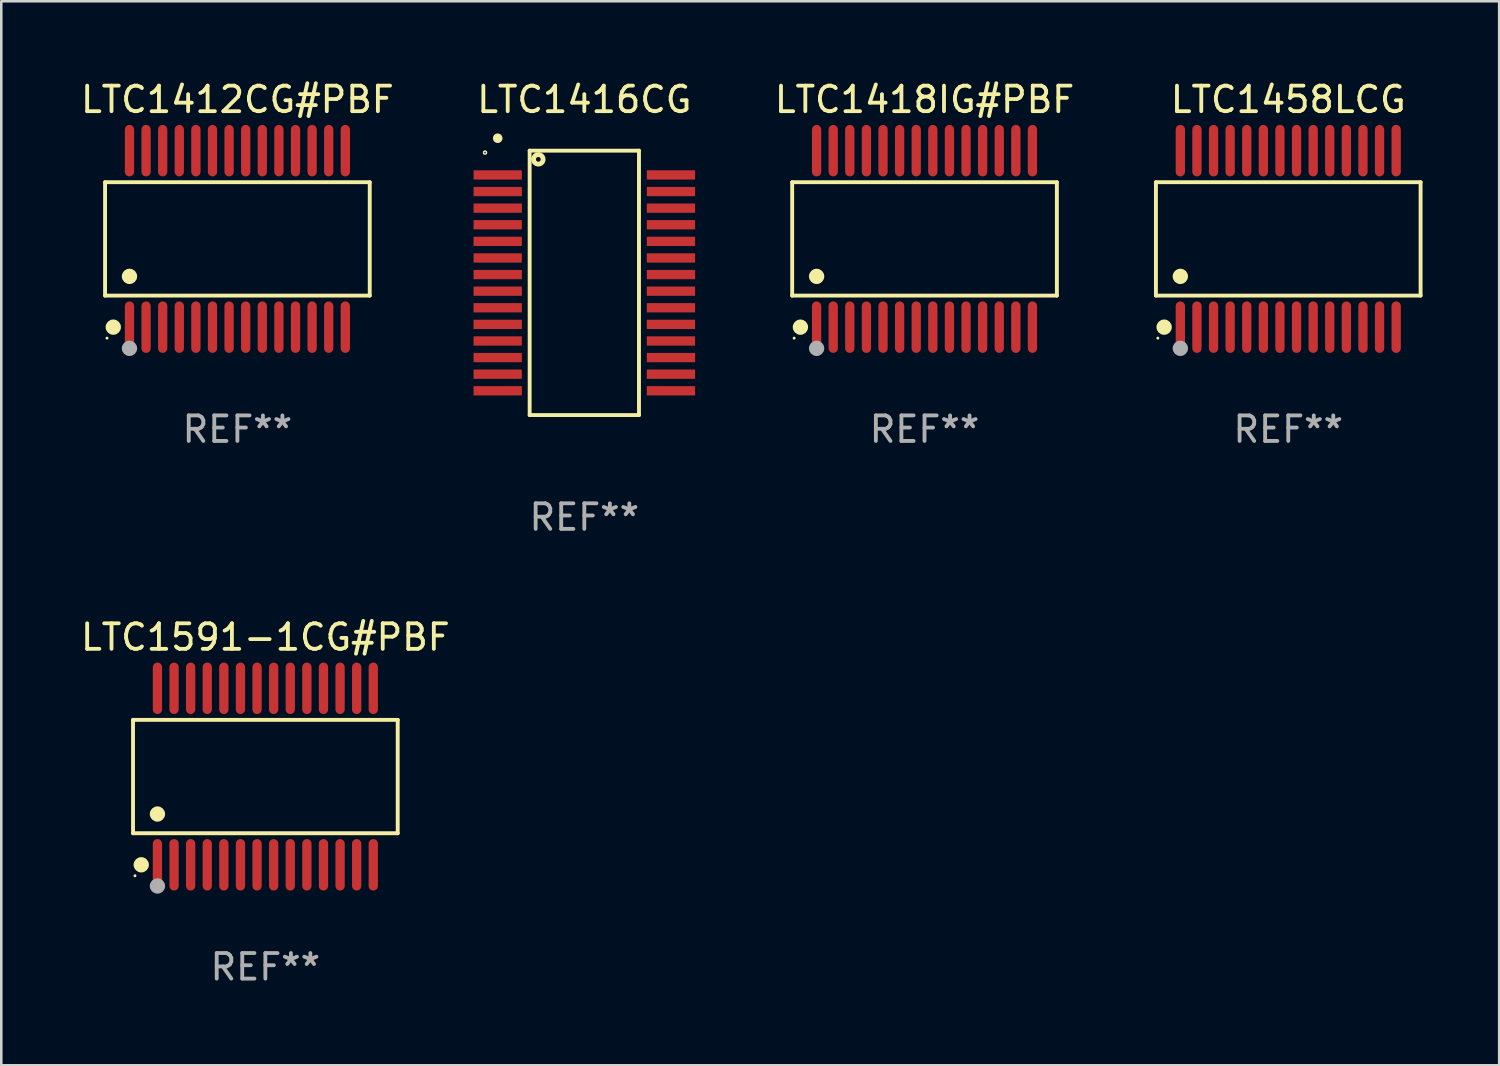
<source format=kicad_pcb>
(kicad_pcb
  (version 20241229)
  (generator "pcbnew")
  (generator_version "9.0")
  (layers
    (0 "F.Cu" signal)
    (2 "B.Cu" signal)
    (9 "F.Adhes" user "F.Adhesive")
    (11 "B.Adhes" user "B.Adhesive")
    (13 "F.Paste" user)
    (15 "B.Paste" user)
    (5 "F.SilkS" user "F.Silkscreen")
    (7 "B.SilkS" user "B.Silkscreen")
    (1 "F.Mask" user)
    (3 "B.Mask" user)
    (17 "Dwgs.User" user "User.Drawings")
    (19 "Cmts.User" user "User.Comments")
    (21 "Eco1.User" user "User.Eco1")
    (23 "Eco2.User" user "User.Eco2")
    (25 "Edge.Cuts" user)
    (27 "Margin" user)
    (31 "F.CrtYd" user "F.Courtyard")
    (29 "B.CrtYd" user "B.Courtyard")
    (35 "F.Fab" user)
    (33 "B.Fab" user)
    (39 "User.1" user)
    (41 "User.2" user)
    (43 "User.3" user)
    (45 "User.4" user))
  (footprint "LTC1458LCG"
    (layer "F.Cu")
    (at 47.385 6.303)
    (property "Reference" "LTC1458LCG" (at 0 -5.455 0) (layer "F.SilkS") (effects (font (size 1 1) (thickness 0.15))))
    (attr through_hole)
    (fp_line (start -5.181 -2.219) (end 5.181 -2.219) (stroke (width 0.152) (type solid)) (layer "F.SilkS"))
    (fp_line (start -5.181 2.219) (end -5.181 -2.219) (stroke (width 0.152) (type solid)) (layer "F.SilkS"))
    (fp_line (start 5.181 -2.219) (end 5.181 2.219) (stroke (width 0.152) (type solid)) (layer "F.SilkS"))
    (fp_line (start 5.181 2.219) (end -5.181 2.219) (stroke (width 0.152) (type solid)) (layer "F.SilkS"))
    (fp_circle (center -5.105 3.885) (end -5.075 3.885) (stroke (width 0.06) (type solid)) (fill no) (layer "F.SilkS"))
    (fp_circle (center -4.859 3.455) (end -4.709 3.455) (stroke (width 0.3) (type solid)) (fill no) (layer "F.SilkS"))
    (fp_circle (center -4.225 1.467) (end -4.075 1.467) (stroke (width 0.3) (type solid)) (fill no) (layer "F.SilkS"))
    (fp_circle (center -4.225 4.285) (end -4.075 4.285) (stroke (width 0.3) (type solid)) (fill no) (layer "F.Fab"))
    (fp_text user "REF**" (at 0 7.455 0) (layer "F.Fab") (effects (font (size 1 1) (thickness 0.15))))
    (pad "1" smd oval (at -4.225 3.455) (size 0.364 2.015) (layers "F.Cu" "F.Mask" "F.Paste"))
    (pad "2" smd oval (at -3.575 3.455) (size 0.364 2.015) (layers "F.Cu" "F.Mask" "F.Paste"))
    (pad "3" smd oval (at -2.925 3.455) (size 0.364 2.015) (layers "F.Cu" "F.Mask" "F.Paste"))
    (pad "4" smd oval (at -2.275 3.455) (size 0.364 2.015) (layers "F.Cu" "F.Mask" "F.Paste"))
    (pad "5" smd oval (at -1.625 3.455) (size 0.364 2.015) (layers "F.Cu" "F.Mask" "F.Paste"))
    (pad "6" smd oval (at -0.975 3.455) (size 0.364 2.015) (layers "F.Cu" "F.Mask" "F.Paste"))
    (pad "7" smd oval (at -0.325 3.455) (size 0.364 2.015) (layers "F.Cu" "F.Mask" "F.Paste"))
    (pad "8" smd oval (at 0.325 3.455) (size 0.364 2.015) (layers "F.Cu" "F.Mask" "F.Paste"))
    (pad "9" smd oval (at 0.975 3.455) (size 0.364 2.015) (layers "F.Cu" "F.Mask" "F.Paste"))
    (pad "10" smd oval (at 1.625 3.455) (size 0.364 2.015) (layers "F.Cu" "F.Mask" "F.Paste"))
    (pad "11" smd oval (at 2.275 3.455) (size 0.364 2.015) (layers "F.Cu" "F.Mask" "F.Paste"))
    (pad "12" smd oval (at 2.925 3.455) (size 0.364 2.015) (layers "F.Cu" "F.Mask" "F.Paste"))
    (pad "13" smd oval (at 3.575 3.455) (size 0.364 2.015) (layers "F.Cu" "F.Mask" "F.Paste"))
    (pad "14" smd oval (at 4.225 3.455) (size 0.364 2.015) (layers "F.Cu" "F.Mask" "F.Paste"))
    (pad "15" smd oval (at 4.225 -3.455) (size 0.364 2.015) (layers "F.Cu" "F.Mask" "F.Paste"))
    (pad "16" smd oval (at 3.575 -3.455) (size 0.364 2.015) (layers "F.Cu" "F.Mask" "F.Paste"))
    (pad "17" smd oval (at 2.925 -3.455) (size 0.364 2.015) (layers "F.Cu" "F.Mask" "F.Paste"))
    (pad "18" smd oval (at 2.275 -3.455) (size 0.364 2.015) (layers "F.Cu" "F.Mask" "F.Paste"))
    (pad "19" smd oval (at 1.625 -3.455) (size 0.364 2.015) (layers "F.Cu" "F.Mask" "F.Paste"))
    (pad "20" smd oval (at 0.975 -3.455) (size 0.364 2.015) (layers "F.Cu" "F.Mask" "F.Paste"))
    (pad "21" smd oval (at 0.325 -3.455) (size 0.364 2.015) (layers "F.Cu" "F.Mask" "F.Paste"))
    (pad "22" smd oval (at -0.325 -3.455) (size 0.364 2.015) (layers "F.Cu" "F.Mask" "F.Paste"))
    (pad "23" smd oval (at -0.975 -3.455) (size 0.364 2.015) (layers "F.Cu" "F.Mask" "F.Paste"))
    (pad "24" smd oval (at -1.625 -3.455) (size 0.364 2.015) (layers "F.Cu" "F.Mask" "F.Paste"))
    (pad "25" smd oval (at -2.275 -3.455) (size 0.364 2.015) (layers "F.Cu" "F.Mask" "F.Paste"))
    (pad "26" smd oval (at -2.925 -3.455) (size 0.364 2.015) (layers "F.Cu" "F.Mask" "F.Paste"))
    (pad "27" smd oval (at -3.575 -3.455) (size 0.364 2.015) (layers "F.Cu" "F.Mask" "F.Paste"))
    (pad "28" smd oval (at -4.225 -3.455) (size 0.364 2.015) (layers "F.Cu" "F.Mask" "F.Paste")))
  (footprint "LTC1416CG"
    (layer "F.Cu")
    (at 19.826 8.024)
    (property "Reference" "LTC1416CG" (at 0 -7.176 0) (layer "F.SilkS") (effects (font (size 1 1) (thickness 0.15))))
    (attr through_hole)
    (fp_line (start -2.14 -5.176) (end 2.14 -5.176) (stroke (width 0.152) (type solid)) (layer "F.SilkS"))
    (fp_line (start -2.14 5.176) (end -2.14 -5.176) (stroke (width 0.152) (type solid)) (layer "F.SilkS"))
    (fp_line (start 2.14 -5.176) (end 2.14 5.176) (stroke (width 0.152) (type solid)) (layer "F.SilkS"))
    (fp_line (start 2.14 5.176) (end -2.14 5.176) (stroke (width 0.152) (type solid)) (layer "F.SilkS"))
    (fp_circle (center -3.887 -5.1) (end -3.858 -5.1) (stroke (width 0.06) (type solid)) (fill no) (layer "F.SilkS"))
    (fp_circle (center -3.391 -5.662) (end -3.297 -5.662) (stroke (width 0.188) (type solid)) (fill no) (layer "F.SilkS"))
    (fp_circle (center -1.8 -4.836) (end -1.707 -4.836) (stroke (width 0.188) (type solid)) (fill no) (layer "F.SilkS"))
    (fp_text user "REF**" (at 0 9.176 0) (layer "F.Fab") (effects (font (size 1 1) (thickness 0.15))))
    (pad "1" smd rect (at -3.391 -4.225) (size 1.892 0.364) (layers "F.Cu" "F.Mask" "F.Paste"))
    (pad "2" smd rect (at -3.391 -3.575) (size 1.892 0.364) (layers "F.Cu" "F.Mask" "F.Paste"))
    (pad "3" smd rect (at -3.391 -2.925) (size 1.892 0.364) (layers "F.Cu" "F.Mask" "F.Paste"))
    (pad "4" smd rect (at -3.391 -2.275) (size 1.892 0.364) (layers "F.Cu" "F.Mask" "F.Paste"))
    (pad "5" smd rect (at -3.391 -1.625) (size 1.892 0.364) (layers "F.Cu" "F.Mask" "F.Paste"))
    (pad "6" smd rect (at -3.391 -0.975) (size 1.892 0.364) (layers "F.Cu" "F.Mask" "F.Paste"))
    (pad "7" smd rect (at -3.391 -0.325) (size 1.892 0.364) (layers "F.Cu" "F.Mask" "F.Paste"))
    (pad "8" smd rect (at -3.391 0.325) (size 1.892 0.364) (layers "F.Cu" "F.Mask" "F.Paste"))
    (pad "9" smd rect (at -3.391 0.975) (size 1.892 0.364) (layers "F.Cu" "F.Mask" "F.Paste"))
    (pad "10" smd rect (at -3.391 1.625) (size 1.892 0.364) (layers "F.Cu" "F.Mask" "F.Paste"))
    (pad "11" smd rect (at -3.391 2.275) (size 1.892 0.364) (layers "F.Cu" "F.Mask" "F.Paste"))
    (pad "12" smd rect (at -3.391 2.925) (size 1.892 0.364) (layers "F.Cu" "F.Mask" "F.Paste"))
    (pad "13" smd rect (at -3.391 3.575) (size 1.892 0.364) (layers "F.Cu" "F.Mask" "F.Paste"))
    (pad "14" smd rect (at -3.391 4.225) (size 1.892 0.364) (layers "F.Cu" "F.Mask" "F.Paste"))
    (pad "15" smd rect (at 3.391 4.225) (size 1.892 0.364) (layers "F.Cu" "F.Mask" "F.Paste"))
    (pad "16" smd rect (at 3.391 3.575) (size 1.892 0.364) (layers "F.Cu" "F.Mask" "F.Paste"))
    (pad "17" smd rect (at 3.391 2.925) (size 1.892 0.364) (layers "F.Cu" "F.Mask" "F.Paste"))
    (pad "18" smd rect (at 3.391 2.275) (size 1.892 0.364) (layers "F.Cu" "F.Mask" "F.Paste"))
    (pad "19" smd rect (at 3.391 1.625) (size 1.892 0.364) (layers "F.Cu" "F.Mask" "F.Paste"))
    (pad "20" smd rect (at 3.391 0.975) (size 1.892 0.364) (layers "F.Cu" "F.Mask" "F.Paste"))
    (pad "21" smd rect (at 3.391 0.325) (size 1.892 0.364) (layers "F.Cu" "F.Mask" "F.Paste"))
    (pad "22" smd rect (at 3.391 -0.325) (size 1.892 0.364) (layers "F.Cu" "F.Mask" "F.Paste"))
    (pad "23" smd rect (at 3.391 -0.975) (size 1.892 0.364) (layers "F.Cu" "F.Mask" "F.Paste"))
    (pad "24" smd rect (at 3.391 -1.625) (size 1.892 0.364) (layers "F.Cu" "F.Mask" "F.Paste"))
    (pad "25" smd rect (at 3.391 -2.275) (size 1.892 0.364) (layers "F.Cu" "F.Mask" "F.Paste"))
    (pad "26" smd rect (at 3.391 -2.925) (size 1.892 0.364) (layers "F.Cu" "F.Mask" "F.Paste"))
    (pad "27" smd rect (at 3.391 -3.575) (size 1.892 0.364) (layers "F.Cu" "F.Mask" "F.Paste"))
    (pad "28" smd rect (at 3.391 -4.225) (size 1.892 0.364) (layers "F.Cu" "F.Mask" "F.Paste")))
  (footprint "LTC1418IG#PBF"
    (layer "F.Cu")
    (at 33.145 6.303)
    (property "Reference" "LTC1418IG#PBF" (at 0 -5.455 0) (layer "F.SilkS") (effects (font (size 1 1) (thickness 0.15))))
    (attr through_hole)
    (fp_line (start -5.181 -2.219) (end 5.181 -2.219) (stroke (width 0.152) (type solid)) (layer "F.SilkS"))
    (fp_line (start -5.181 2.219) (end -5.181 -2.219) (stroke (width 0.152) (type solid)) (layer "F.SilkS"))
    (fp_line (start 5.181 -2.219) (end 5.181 2.219) (stroke (width 0.152) (type solid)) (layer "F.SilkS"))
    (fp_line (start 5.181 2.219) (end -5.181 2.219) (stroke (width 0.152) (type solid)) (layer "F.SilkS"))
    (fp_circle (center -5.105 3.885) (end -5.075 3.885) (stroke (width 0.06) (type solid)) (fill no) (layer "F.SilkS"))
    (fp_circle (center -4.859 3.455) (end -4.709 3.455) (stroke (width 0.3) (type solid)) (fill no) (layer "F.SilkS"))
    (fp_circle (center -4.225 1.467) (end -4.075 1.467) (stroke (width 0.3) (type solid)) (fill no) (layer "F.SilkS"))
    (fp_circle (center -4.225 4.285) (end -4.075 4.285) (stroke (width 0.3) (type solid)) (fill no) (layer "F.Fab"))
    (fp_text user "REF**" (at 0 7.455 0) (layer "F.Fab") (effects (font (size 1 1) (thickness 0.15))))
    (pad "1" smd oval (at -4.225 3.455) (size 0.364 2.015) (layers "F.Cu" "F.Mask" "F.Paste"))
    (pad "2" smd oval (at -3.575 3.455) (size 0.364 2.015) (layers "F.Cu" "F.Mask" "F.Paste"))
    (pad "3" smd oval (at -2.925 3.455) (size 0.364 2.015) (layers "F.Cu" "F.Mask" "F.Paste"))
    (pad "4" smd oval (at -2.275 3.455) (size 0.364 2.015) (layers "F.Cu" "F.Mask" "F.Paste"))
    (pad "5" smd oval (at -1.625 3.455) (size 0.364 2.015) (layers "F.Cu" "F.Mask" "F.Paste"))
    (pad "6" smd oval (at -0.975 3.455) (size 0.364 2.015) (layers "F.Cu" "F.Mask" "F.Paste"))
    (pad "7" smd oval (at -0.325 3.455) (size 0.364 2.015) (layers "F.Cu" "F.Mask" "F.Paste"))
    (pad "8" smd oval (at 0.325 3.455) (size 0.364 2.015) (layers "F.Cu" "F.Mask" "F.Paste"))
    (pad "9" smd oval (at 0.975 3.455) (size 0.364 2.015) (layers "F.Cu" "F.Mask" "F.Paste"))
    (pad "10" smd oval (at 1.625 3.455) (size 0.364 2.015) (layers "F.Cu" "F.Mask" "F.Paste"))
    (pad "11" smd oval (at 2.275 3.455) (size 0.364 2.015) (layers "F.Cu" "F.Mask" "F.Paste"))
    (pad "12" smd oval (at 2.925 3.455) (size 0.364 2.015) (layers "F.Cu" "F.Mask" "F.Paste"))
    (pad "13" smd oval (at 3.575 3.455) (size 0.364 2.015) (layers "F.Cu" "F.Mask" "F.Paste"))
    (pad "14" smd oval (at 4.225 3.455) (size 0.364 2.015) (layers "F.Cu" "F.Mask" "F.Paste"))
    (pad "15" smd oval (at 4.225 -3.455) (size 0.364 2.015) (layers "F.Cu" "F.Mask" "F.Paste"))
    (pad "16" smd oval (at 3.575 -3.455) (size 0.364 2.015) (layers "F.Cu" "F.Mask" "F.Paste"))
    (pad "17" smd oval (at 2.925 -3.455) (size 0.364 2.015) (layers "F.Cu" "F.Mask" "F.Paste"))
    (pad "18" smd oval (at 2.275 -3.455) (size 0.364 2.015) (layers "F.Cu" "F.Mask" "F.Paste"))
    (pad "19" smd oval (at 1.625 -3.455) (size 0.364 2.015) (layers "F.Cu" "F.Mask" "F.Paste"))
    (pad "20" smd oval (at 0.975 -3.455) (size 0.364 2.015) (layers "F.Cu" "F.Mask" "F.Paste"))
    (pad "21" smd oval (at 0.325 -3.455) (size 0.364 2.015) (layers "F.Cu" "F.Mask" "F.Paste"))
    (pad "22" smd oval (at -0.325 -3.455) (size 0.364 2.015) (layers "F.Cu" "F.Mask" "F.Paste"))
    (pad "23" smd oval (at -0.975 -3.455) (size 0.364 2.015) (layers "F.Cu" "F.Mask" "F.Paste"))
    (pad "24" smd oval (at -1.625 -3.455) (size 0.364 2.015) (layers "F.Cu" "F.Mask" "F.Paste"))
    (pad "25" smd oval (at -2.275 -3.455) (size 0.364 2.015) (layers "F.Cu" "F.Mask" "F.Paste"))
    (pad "26" smd oval (at -2.925 -3.455) (size 0.364 2.015) (layers "F.Cu" "F.Mask" "F.Paste"))
    (pad "27" smd oval (at -3.575 -3.455) (size 0.364 2.015) (layers "F.Cu" "F.Mask" "F.Paste"))
    (pad "28" smd oval (at -4.225 -3.455) (size 0.364 2.015) (layers "F.Cu" "F.Mask" "F.Paste")))
  (footprint "LTC1412CG#PBF"
    (layer "F.Cu")
    (at 6.244 6.303)
    (property "Reference" "LTC1412CG#PBF" (at 0 -5.455 0) (layer "F.SilkS") (effects (font (size 1 1) (thickness 0.15))))
    (attr through_hole)
    (fp_line (start -5.181 -2.219) (end 5.181 -2.219) (stroke (width 0.152) (type solid)) (layer "F.SilkS"))
    (fp_line (start -5.181 2.219) (end -5.181 -2.219) (stroke (width 0.152) (type solid)) (layer "F.SilkS"))
    (fp_line (start 5.181 -2.219) (end 5.181 2.219) (stroke (width 0.152) (type solid)) (layer "F.SilkS"))
    (fp_line (start 5.181 2.219) (end -5.181 2.219) (stroke (width 0.152) (type solid)) (layer "F.SilkS"))
    (fp_circle (center -5.105 3.885) (end -5.075 3.885) (stroke (width 0.06) (type solid)) (fill no) (layer "F.SilkS"))
    (fp_circle (center -4.859 3.455) (end -4.709 3.455) (stroke (width 0.3) (type solid)) (fill no) (layer "F.SilkS"))
    (fp_circle (center -4.225 1.467) (end -4.075 1.467) (stroke (width 0.3) (type solid)) (fill no) (layer "F.SilkS"))
    (fp_circle (center -4.225 4.285) (end -4.075 4.285) (stroke (width 0.3) (type solid)) (fill no) (layer "F.Fab"))
    (fp_text user "REF**" (at 0 7.455 0) (layer "F.Fab") (effects (font (size 1 1) (thickness 0.15))))
    (pad "1" smd oval (at -4.225 3.455) (size 0.364 2.015) (layers "F.Cu" "F.Mask" "F.Paste"))
    (pad "2" smd oval (at -3.575 3.455) (size 0.364 2.015) (layers "F.Cu" "F.Mask" "F.Paste"))
    (pad "3" smd oval (at -2.925 3.455) (size 0.364 2.015) (layers "F.Cu" "F.Mask" "F.Paste"))
    (pad "4" smd oval (at -2.275 3.455) (size 0.364 2.015) (layers "F.Cu" "F.Mask" "F.Paste"))
    (pad "5" smd oval (at -1.625 3.455) (size 0.364 2.015) (layers "F.Cu" "F.Mask" "F.Paste"))
    (pad "6" smd oval (at -0.975 3.455) (size 0.364 2.015) (layers "F.Cu" "F.Mask" "F.Paste"))
    (pad "7" smd oval (at -0.325 3.455) (size 0.364 2.015) (layers "F.Cu" "F.Mask" "F.Paste"))
    (pad "8" smd oval (at 0.325 3.455) (size 0.364 2.015) (layers "F.Cu" "F.Mask" "F.Paste"))
    (pad "9" smd oval (at 0.975 3.455) (size 0.364 2.015) (layers "F.Cu" "F.Mask" "F.Paste"))
    (pad "10" smd oval (at 1.625 3.455) (size 0.364 2.015) (layers "F.Cu" "F.Mask" "F.Paste"))
    (pad "11" smd oval (at 2.275 3.455) (size 0.364 2.015) (layers "F.Cu" "F.Mask" "F.Paste"))
    (pad "12" smd oval (at 2.925 3.455) (size 0.364 2.015) (layers "F.Cu" "F.Mask" "F.Paste"))
    (pad "13" smd oval (at 3.575 3.455) (size 0.364 2.015) (layers "F.Cu" "F.Mask" "F.Paste"))
    (pad "14" smd oval (at 4.225 3.455) (size 0.364 2.015) (layers "F.Cu" "F.Mask" "F.Paste"))
    (pad "15" smd oval (at 4.225 -3.455) (size 0.364 2.015) (layers "F.Cu" "F.Mask" "F.Paste"))
    (pad "16" smd oval (at 3.575 -3.455) (size 0.364 2.015) (layers "F.Cu" "F.Mask" "F.Paste"))
    (pad "17" smd oval (at 2.925 -3.455) (size 0.364 2.015) (layers "F.Cu" "F.Mask" "F.Paste"))
    (pad "18" smd oval (at 2.275 -3.455) (size 0.364 2.015) (layers "F.Cu" "F.Mask" "F.Paste"))
    (pad "19" smd oval (at 1.625 -3.455) (size 0.364 2.015) (layers "F.Cu" "F.Mask" "F.Paste"))
    (pad "20" smd oval (at 0.975 -3.455) (size 0.364 2.015) (layers "F.Cu" "F.Mask" "F.Paste"))
    (pad "21" smd oval (at 0.325 -3.455) (size 0.364 2.015) (layers "F.Cu" "F.Mask" "F.Paste"))
    (pad "22" smd oval (at -0.325 -3.455) (size 0.364 2.015) (layers "F.Cu" "F.Mask" "F.Paste"))
    (pad "23" smd oval (at -0.975 -3.455) (size 0.364 2.015) (layers "F.Cu" "F.Mask" "F.Paste"))
    (pad "24" smd oval (at -1.625 -3.455) (size 0.364 2.015) (layers "F.Cu" "F.Mask" "F.Paste"))
    (pad "25" smd oval (at -2.275 -3.455) (size 0.364 2.015) (layers "F.Cu" "F.Mask" "F.Paste"))
    (pad "26" smd oval (at -2.925 -3.455) (size 0.364 2.015) (layers "F.Cu" "F.Mask" "F.Paste"))
    (pad "27" smd oval (at -3.575 -3.455) (size 0.364 2.015) (layers "F.Cu" "F.Mask" "F.Paste"))
    (pad "28" smd oval (at -4.225 -3.455) (size 0.364 2.015) (layers "F.Cu" "F.Mask" "F.Paste")))
  (footprint "LTC1591-1CG#PBF"
    (layer "F.Cu")
    (at 7.339 27.352)
    (property "Reference" "LTC1591-1CG#PBF" (at 0 -5.455 0) (layer "F.SilkS") (effects (font (size 1 1) (thickness 0.15))))
    (attr through_hole)
    (fp_line (start -5.181 -2.219) (end 5.181 -2.219) (stroke (width 0.152) (type solid)) (layer "F.SilkS"))
    (fp_line (start -5.181 2.219) (end -5.181 -2.219) (stroke (width 0.152) (type solid)) (layer "F.SilkS"))
    (fp_line (start 5.181 -2.219) (end 5.181 2.219) (stroke (width 0.152) (type solid)) (layer "F.SilkS"))
    (fp_line (start 5.181 2.219) (end -5.181 2.219) (stroke (width 0.152) (type solid)) (layer "F.SilkS"))
    (fp_circle (center -5.105 3.885) (end -5.075 3.885) (stroke (width 0.06) (type solid)) (fill no) (layer "F.SilkS"))
    (fp_circle (center -4.859 3.455) (end -4.709 3.455) (stroke (width 0.3) (type solid)) (fill no) (layer "F.SilkS"))
    (fp_circle (center -4.225 1.467) (end -4.075 1.467) (stroke (width 0.3) (type solid)) (fill no) (layer "F.SilkS"))
    (fp_circle (center -4.225 4.285) (end -4.075 4.285) (stroke (width 0.3) (type solid)) (fill no) (layer "F.Fab"))
    (fp_text user "REF**" (at 0 7.455 0) (layer "F.Fab") (effects (font (size 1 1) (thickness 0.15))))
    (pad "1" smd oval (at -4.225 3.455) (size 0.364 2.015) (layers "F.Cu" "F.Mask" "F.Paste"))
    (pad "2" smd oval (at -3.575 3.455) (size 0.364 2.015) (layers "F.Cu" "F.Mask" "F.Paste"))
    (pad "3" smd oval (at -2.925 3.455) (size 0.364 2.015) (layers "F.Cu" "F.Mask" "F.Paste"))
    (pad "4" smd oval (at -2.275 3.455) (size 0.364 2.015) (layers "F.Cu" "F.Mask" "F.Paste"))
    (pad "5" smd oval (at -1.625 3.455) (size 0.364 2.015) (layers "F.Cu" "F.Mask" "F.Paste"))
    (pad "6" smd oval (at -0.975 3.455) (size 0.364 2.015) (layers "F.Cu" "F.Mask" "F.Paste"))
    (pad "7" smd oval (at -0.325 3.455) (size 0.364 2.015) (layers "F.Cu" "F.Mask" "F.Paste"))
    (pad "8" smd oval (at 0.325 3.455) (size 0.364 2.015) (layers "F.Cu" "F.Mask" "F.Paste"))
    (pad "9" smd oval (at 0.975 3.455) (size 0.364 2.015) (layers "F.Cu" "F.Mask" "F.Paste"))
    (pad "10" smd oval (at 1.625 3.455) (size 0.364 2.015) (layers "F.Cu" "F.Mask" "F.Paste"))
    (pad "11" smd oval (at 2.275 3.455) (size 0.364 2.015) (layers "F.Cu" "F.Mask" "F.Paste"))
    (pad "12" smd oval (at 2.925 3.455) (size 0.364 2.015) (layers "F.Cu" "F.Mask" "F.Paste"))
    (pad "13" smd oval (at 3.575 3.455) (size 0.364 2.015) (layers "F.Cu" "F.Mask" "F.Paste"))
    (pad "14" smd oval (at 4.225 3.455) (size 0.364 2.015) (layers "F.Cu" "F.Mask" "F.Paste"))
    (pad "15" smd oval (at 4.225 -3.455) (size 0.364 2.015) (layers "F.Cu" "F.Mask" "F.Paste"))
    (pad "16" smd oval (at 3.575 -3.455) (size 0.364 2.015) (layers "F.Cu" "F.Mask" "F.Paste"))
    (pad "17" smd oval (at 2.925 -3.455) (size 0.364 2.015) (layers "F.Cu" "F.Mask" "F.Paste"))
    (pad "18" smd oval (at 2.275 -3.455) (size 0.364 2.015) (layers "F.Cu" "F.Mask" "F.Paste"))
    (pad "19" smd oval (at 1.625 -3.455) (size 0.364 2.015) (layers "F.Cu" "F.Mask" "F.Paste"))
    (pad "20" smd oval (at 0.975 -3.455) (size 0.364 2.015) (layers "F.Cu" "F.Mask" "F.Paste"))
    (pad "21" smd oval (at 0.325 -3.455) (size 0.364 2.015) (layers "F.Cu" "F.Mask" "F.Paste"))
    (pad "22" smd oval (at -0.325 -3.455) (size 0.364 2.015) (layers "F.Cu" "F.Mask" "F.Paste"))
    (pad "23" smd oval (at -0.975 -3.455) (size 0.364 2.015) (layers "F.Cu" "F.Mask" "F.Paste"))
    (pad "24" smd oval (at -1.625 -3.455) (size 0.364 2.015) (layers "F.Cu" "F.Mask" "F.Paste"))
    (pad "25" smd oval (at -2.275 -3.455) (size 0.364 2.015) (layers "F.Cu" "F.Mask" "F.Paste"))
    (pad "26" smd oval (at -2.925 -3.455) (size 0.364 2.015) (layers "F.Cu" "F.Mask" "F.Paste"))
    (pad "27" smd oval (at -3.575 -3.455) (size 0.364 2.015) (layers "F.Cu" "F.Mask" "F.Paste"))
    (pad "28" smd oval (at -4.225 -3.455) (size 0.364 2.015) (layers "F.Cu" "F.Mask" "F.Paste")))
  (gr_rect
    (start -3 -3)
    (end 55.642 38.656)
    (stroke (width 0.1) (type default))
    (fill no)
    (layer "Edge.Cuts")))
</source>
